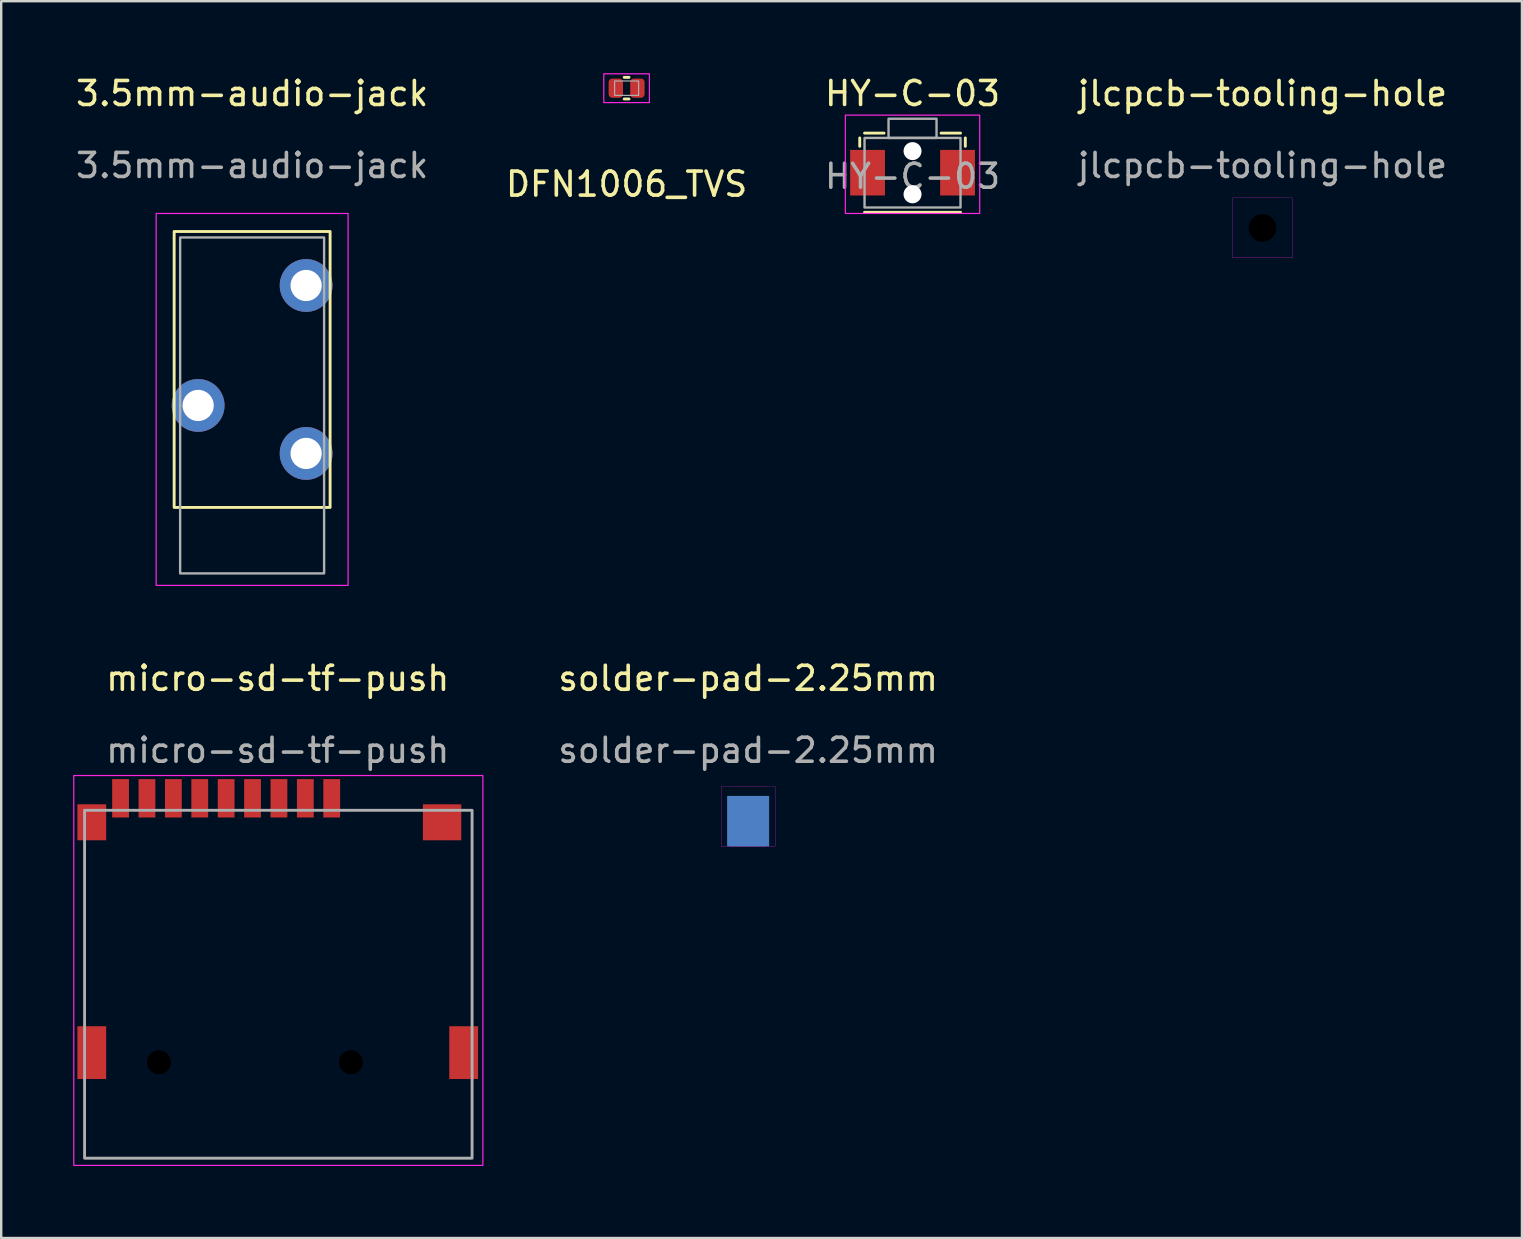
<source format=kicad_pcb>
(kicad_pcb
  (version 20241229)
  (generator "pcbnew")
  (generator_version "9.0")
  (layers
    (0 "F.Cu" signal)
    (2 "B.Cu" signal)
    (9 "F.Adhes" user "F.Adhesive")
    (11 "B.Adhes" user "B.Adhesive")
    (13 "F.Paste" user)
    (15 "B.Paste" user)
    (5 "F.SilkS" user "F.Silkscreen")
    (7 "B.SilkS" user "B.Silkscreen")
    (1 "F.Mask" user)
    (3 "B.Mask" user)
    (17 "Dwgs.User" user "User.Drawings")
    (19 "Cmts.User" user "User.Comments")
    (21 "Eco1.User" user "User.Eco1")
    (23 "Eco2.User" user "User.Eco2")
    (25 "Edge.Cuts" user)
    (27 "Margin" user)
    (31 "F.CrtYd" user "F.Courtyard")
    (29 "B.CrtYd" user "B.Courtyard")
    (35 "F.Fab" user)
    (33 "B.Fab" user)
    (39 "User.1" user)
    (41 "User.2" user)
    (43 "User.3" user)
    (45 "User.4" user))
  (footprint "solder-pad-2.25mm"
    (layer "F.Cu")
    (at 28.13 29.721)
    (property "Reference" "solder-pad-2.25mm" (at 0 -4.5 0) (unlocked yes) (layer "F.SilkS") (effects (font (size 1 1) (thickness 0.15))))
    (attr smd)
    (fp_rect (start -0.875 2.5) (end 0.875 0.4) (stroke (width 0) (type solid)) (fill yes) (layer "B.Cu"))
    (fp_rect (start -0.875 2.3) (end 0.875 0.4) (stroke (width 0.1) (type solid)) (fill yes) (layer "B.Mask"))
    (fp_rect (start -1.125 2.5) (end 1.125 0) (stroke (width 0.01) (type default)) (fill no) (layer "F.CrtYd"))
    (fp_text user "${REFERENCE}" (at 0 -1.5 0) (unlocked yes) (layer "F.Fab") (effects (font (size 1 1) (thickness 0.15))))
    (pad "1" smd rect (at 0 2) (size 1.5 1) (layers "B.Cu" "B.Mask")))
  (footprint "micro-sd-tf-push"
    (layer "F.Cu")
    (at 8.525 31.021)
    (property "Reference" "micro-sd-tf-push" (at 0 -5.8 0) (unlocked yes) (layer "F.SilkS") (effects (font (size 1 1) (thickness 0.15))))
    (attr smd)
    (fp_rect (start -8.5 -1.75) (end 8.55 14.5) (stroke (width 0.05) (type default)) (fill no) (layer "F.CrtYd"))
    (fp_rect (start -8.05 -0.3) (end 8.1 14.2) (stroke (width 0.12) (type default)) (fill no) (layer "F.Fab"))
    (fp_text user "${REFERENCE}" (at 0 -2.8 0) (unlocked yes) (layer "F.Fab") (effects (font (size 1 1) (thickness 0.15))))
    (pad "" np_thru_hole circle (at -4.95 10.2) (size 1.4 1.4) (drill 1) (layers "B.Mask"))
    (pad "" np_thru_hole circle (at 3.05 10.2) (size 1.4 1.4) (drill 1) (layers "B.Mask"))
    (pad "1" smd rect (at 2.25 -0.8) (size 0.7 1.6) (layers "F.Cu" "F.Mask" "F.Paste"))
    (pad "2" smd rect (at 1.15 -0.8) (size 0.7 1.6) (layers "F.Cu" "F.Mask" "F.Paste"))
    (pad "3" smd rect (at 0.05 -0.8) (size 0.7 1.6) (layers "F.Cu" "F.Mask" "F.Paste"))
    (pad "4" smd rect (at -1.05 -0.8) (size 0.7 1.6) (layers "F.Cu" "F.Mask" "F.Paste"))
    (pad "5" smd rect (at -2.15 -0.8) (size 0.7 1.6) (layers "F.Cu" "F.Mask" "F.Paste"))
    (pad "6" smd rect (at -3.25 -0.8) (size 0.7 1.6) (layers "F.Cu" "F.Mask" "F.Paste"))
    (pad "7" smd rect (at -4.35 -0.8) (size 0.7 1.6) (layers "F.Cu" "F.Mask" "F.Paste"))
    (pad "8" smd rect (at -5.45 -0.8) (size 0.7 1.6) (layers "F.Cu" "F.Mask" "F.Paste"))
    (pad "10" smd rect (at -7.75 0.2) (size 1.2 1.5) (layers "F.Cu" "F.Mask" "F.Paste"))
    (pad "11" smd rect (at -7.75 9.8) (size 1.2 2.2) (layers "F.Cu" "F.Mask" "F.Paste"))
    (pad "12" smd rect (at 7.75 9.8) (size 1.2 2.2) (layers "F.Cu" "F.Mask" "F.Paste"))
    (pad "13" smd rect (at 6.85 0.2) (size 1.6 1.5) (layers "F.Cu" "F.Mask" "F.Paste"))
    (pad "CD" smd rect (at -6.55 -0.8) (size 0.7 1.6) (layers "F.Cu" "F.Mask" "F.Paste")))
  (footprint "jlcpcb-tooling-hole"
    (layer "F.Cu")
    (at 49.565 6.448)
    (property "Reference" "jlcpcb-tooling-hole" (at 0 -5.6 0) (unlocked yes) (layer "F.SilkS") (effects (font (size 1 1) (thickness 0.15))))
    (attr exclude_from_pos_files exclude_from_bom)
    (fp_rect (start -1.25 -1.25) (end 1.25 1.25) (stroke (width 0.01) (type default)) (fill no) (layer "F.CrtYd"))
    (fp_text user "${REFERENCE}" (at 0 -2.6 0) (unlocked yes) (layer "F.Fab") (effects (font (size 1 1) (thickness 0.15))))
    (pad "" np_thru_hole circle (at 0 0 90) (size 1.3 1.3) (drill 1.152) (layers "*.Mask")))
  (footprint "DFN1006_TVS"
    (layer "F.Cu")
    (at 23.065 0.625)
    (property "Reference" "DFN1006_TVS" (at 0 4 0) (layer "F.SilkS") (effects (font (size 1 1) (thickness 0.15))))
    (attr smd)
    (fp_line (start -0.1 -0.45) (end 0.1 -0.45) (stroke (width 0.12) (type default)) (layer "F.SilkS"))
    (fp_line (start -0.1 0.45) (end 0.1 0.45) (stroke (width 0.12) (type default)) (layer "F.SilkS"))
    (fp_rect (start -0.95 -0.6) (end 0.95 0.6) (stroke (width 0.05) (type default)) (fill no) (layer "F.CrtYd"))
    (fp_rect (start -0.5 -0.3) (end 0.5 0.3) (stroke (width 0.05) (type default)) (fill no) (layer "F.Fab"))
    (pad "1" smd roundrect (at -0.45 0) (size 0.6 0.8) (layers "F.Cu" "F.Mask" "F.Paste") (roundrect_rratio 0.25))
    (pad "2" smd roundrect (at 0.45 0) (size 0.6 0.8) (layers "F.Cu" "F.Mask" "F.Paste") (roundrect_rratio 0.25)))
  (footprint "HY-C-03"
    (layer "F.Cu")
    (at 34.982 4.148)
    (property "Reference" "HY-C-03" (at 0 -3.3 0) (layer "F.SilkS") (effects (font (size 1 1) (thickness 0.15))))
    (attr smd)
    (fp_line (start -2.2 -1.1) (end -2.2 -1.45) (stroke (width 0.12) (type solid)) (layer "F.SilkS"))
    (fp_line (start -1.188 -1.65) (end -2 -1.65) (stroke (width 0.12) (type solid)) (layer "F.SilkS"))
    (fp_line (start 2 -1.65) (end 1.188 -1.65) (stroke (width 0.12) (type solid)) (layer "F.SilkS"))
    (fp_line (start 2 1.65) (end -2 1.65) (stroke (width 0.12) (type solid)) (layer "F.SilkS"))
    (fp_line (start 2.2 -1.1) (end 2.2 -1.45) (stroke (width 0.12) (type solid)) (layer "F.SilkS"))
    (fp_rect (start -2.8 -2.4) (end 2.8 1.7) (stroke (width 0.05) (type default)) (fill no) (layer "F.CrtYd"))
    (fp_rect (start -2 -1.45) (end 2 1.45) (stroke (width 0.1) (type default)) (fill no) (layer "F.Fab"))
    (fp_rect (start -1 -2.25) (end 1 -1.45) (stroke (width 0.1) (type default)) (fill no) (layer "F.Fab"))
    (fp_text user "${REFERENCE}" (at 0 0.15 0) (layer "F.Fab") (effects (font (size 1 1) (thickness 0.15))))
    (pad "" np_thru_hole circle (at 0 -0.9 180) (size 0.75 0.75) (drill 0.75) (layers "*.Cu" "*.Mask"))
    (pad "" np_thru_hole circle (at 0 0.9 180) (size 0.75 0.75) (drill 0.75) (layers "*.Cu" "*.Mask"))
    (pad "1" smd rect (at -1.875 0 180) (size 1.45 1.9) (layers "F.Cu" "F.Mask" "F.Paste"))
    (pad "2" smd rect (at 1.875 0 180) (size 1.45 1.9) (layers "F.Cu" "F.Mask" "F.Paste")))
  (footprint "3.5mm-audio-jack"
    (layer "F.Cu")
    (at 7.458 13.848)
    (property "Reference" "3.5mm-audio-jack" (at 0 -13 0) (unlocked yes) (layer "F.SilkS") (effects (font (size 1 1) (thickness 0.15))))
    (attr through_hole)
    (fp_rect (start 3.25 -7.25) (end -3.25 4.25) (stroke (width 0.12) (type default)) (fill no) (layer "F.SilkS"))
    (fp_rect (start 4 -8) (end -4 7.5) (stroke (width 0.05) (type default)) (fill no) (layer "F.CrtYd"))
    (fp_rect (start 3 -7) (end -3 7) (stroke (width 0.1) (type default)) (fill no) (layer "F.Fab"))
    (fp_text user "${REFERENCE}" (at 0 -10 0) (unlocked yes) (layer "F.Fab") (effects (font (size 1 1) (thickness 0.15))))
    (pad "R" thru_hole circle (at -2.25 0) (size 2.2 2.2) (drill 1.3) (layers "*.Cu" "*.Mask"))
    (pad "S" thru_hole circle (at 2.25 2) (size 2.2 2.2) (drill 1.3) (layers "*.Cu" "*.Mask"))
    (pad "T" thru_hole circle (at 2.25 -5) (size 2.2 2.2) (drill 1.3) (layers "*.Cu" "*.Mask")))
  (gr_rect
    (start -3 -3)
    (end 60.381 48.547)
    (stroke (width 0.1) (type default))
    (fill no)
    (layer "Edge.Cuts")))
</source>
